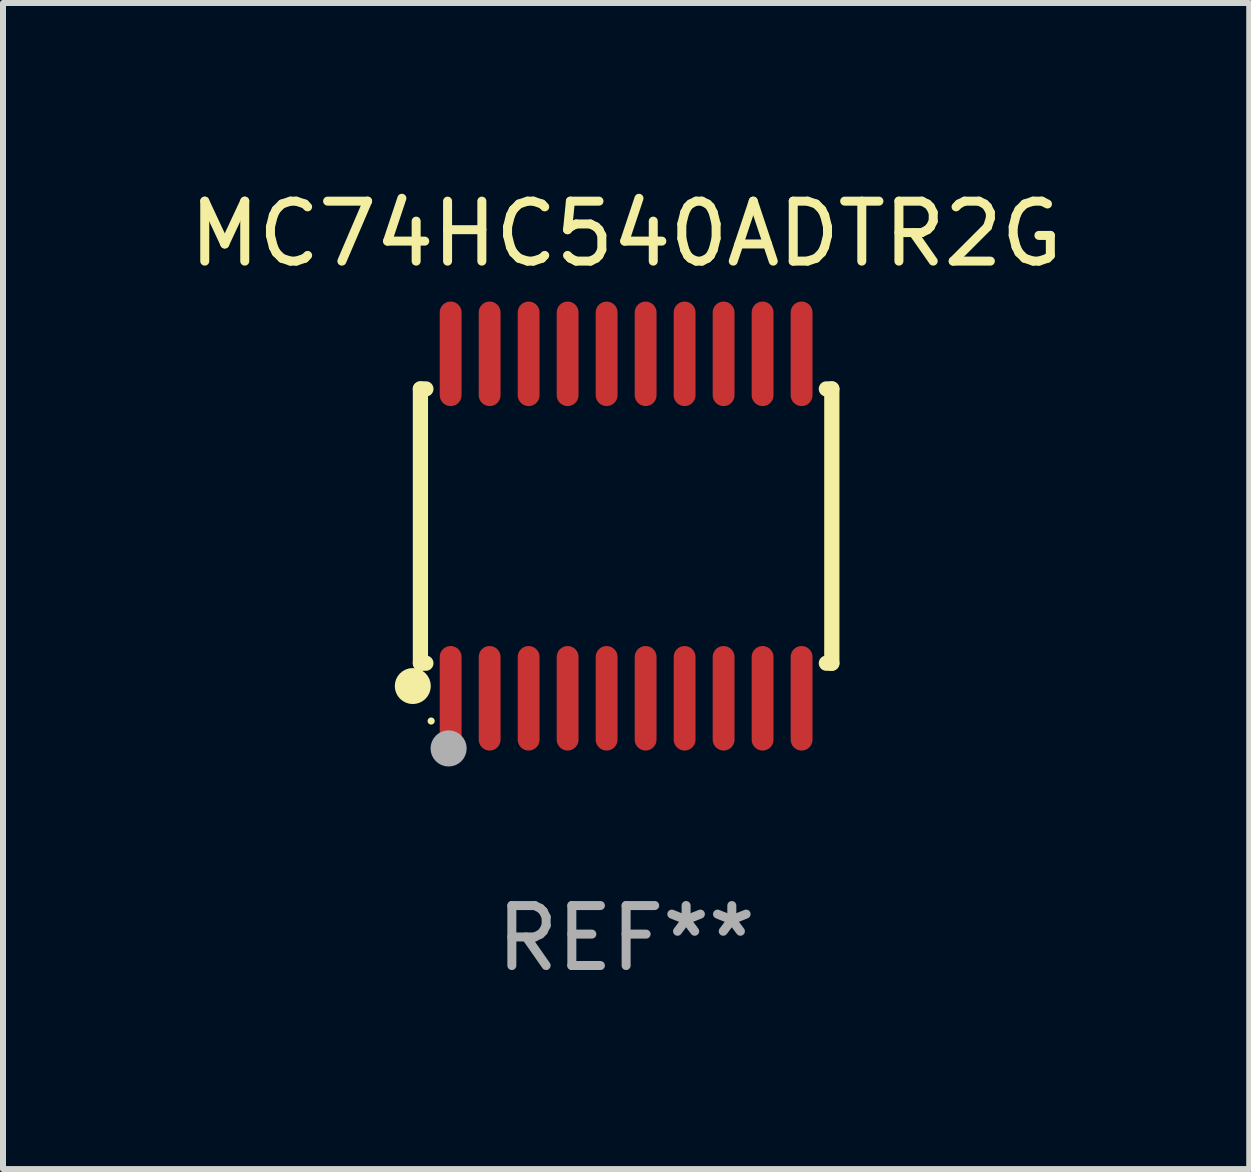
<source format=kicad_pcb>
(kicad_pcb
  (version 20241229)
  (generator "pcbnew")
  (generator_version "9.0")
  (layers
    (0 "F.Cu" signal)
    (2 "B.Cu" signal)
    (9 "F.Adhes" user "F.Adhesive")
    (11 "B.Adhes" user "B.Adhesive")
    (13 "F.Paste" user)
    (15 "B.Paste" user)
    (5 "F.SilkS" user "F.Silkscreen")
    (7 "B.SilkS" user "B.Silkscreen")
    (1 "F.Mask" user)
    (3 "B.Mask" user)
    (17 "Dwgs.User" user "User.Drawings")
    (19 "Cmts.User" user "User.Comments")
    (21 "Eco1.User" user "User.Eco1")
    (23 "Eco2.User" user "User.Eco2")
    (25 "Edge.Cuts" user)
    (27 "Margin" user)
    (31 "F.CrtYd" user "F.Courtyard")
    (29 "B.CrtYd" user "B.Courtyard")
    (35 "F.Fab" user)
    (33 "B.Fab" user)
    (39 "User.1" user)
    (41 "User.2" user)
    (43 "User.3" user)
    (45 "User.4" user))
  (footprint "MC74HC540ADTR2G"
    (layer "F.Cu")
    (at 7.387 5.719)
    (property "Reference" "MC74HC540ADTR2G" (at 0 -4.871 0) (layer "F.SilkS") (effects (font (size 1 1) (thickness 0.15))))
    (attr through_hole)
    (fp_line (start -3.429 -2.286) (end -3.429 2.286) (stroke (width 0.254) (type solid)) (layer "F.SilkS"))
    (fp_line (start -3.429 2.286) (end -3.338 2.286) (stroke (width 0.254) (type solid)) (layer "F.SilkS"))
    (fp_line (start -3.338 -2.286) (end -3.429 -2.286) (stroke (width 0.254) (type solid)) (layer "F.SilkS"))
    (fp_line (start 3.338 -2.286) (end 3.429 -2.286) (stroke (width 0.254) (type solid)) (layer "F.SilkS"))
    (fp_line (start 3.429 -2.286) (end 3.429 2.286) (stroke (width 0.254) (type solid)) (layer "F.SilkS"))
    (fp_line (start 3.429 2.286) (end 3.338 2.286) (stroke (width 0.254) (type solid)) (layer "F.SilkS"))
    (fp_circle (center -3.556 2.667) (end -3.406 2.667) (stroke (width 0.3) (type solid)) (fill no) (layer "F.SilkS"))
    (fp_circle (center -3.25 3.25) (end -3.22 3.25) (stroke (width 0.06) (type solid)) (fill no) (layer "F.SilkS"))
    (fp_circle (center -2.959 3.707) (end -2.808 3.707) (stroke (width 0.3) (type solid)) (fill no) (layer "F.Fab"))
    (fp_text user "REF**" (at 0 6.871 0) (layer "F.Fab") (effects (font (size 1 1) (thickness 0.15))))
    (pad "1" smd oval (at -2.925 2.871) (size 0.364 1.742) (layers "F.Cu" "F.Mask" "F.Paste"))
    (pad "2" smd oval (at -2.275 2.871) (size 0.364 1.742) (layers "F.Cu" "F.Mask" "F.Paste"))
    (pad "3" smd oval (at -1.625 2.871) (size 0.364 1.742) (layers "F.Cu" "F.Mask" "F.Paste"))
    (pad "4" smd oval (at -0.975 2.871) (size 0.364 1.742) (layers "F.Cu" "F.Mask" "F.Paste"))
    (pad "5" smd oval (at -0.325 2.871) (size 0.364 1.742) (layers "F.Cu" "F.Mask" "F.Paste"))
    (pad "6" smd oval (at 0.325 2.871) (size 0.364 1.742) (layers "F.Cu" "F.Mask" "F.Paste"))
    (pad "7" smd oval (at 0.975 2.871) (size 0.364 1.742) (layers "F.Cu" "F.Mask" "F.Paste"))
    (pad "8" smd oval (at 1.625 2.871) (size 0.364 1.742) (layers "F.Cu" "F.Mask" "F.Paste"))
    (pad "9" smd oval (at 2.275 2.871) (size 0.364 1.742) (layers "F.Cu" "F.Mask" "F.Paste"))
    (pad "10" smd oval (at 2.925 2.871) (size 0.364 1.742) (layers "F.Cu" "F.Mask" "F.Paste"))
    (pad "11" smd oval (at 2.925 -2.871) (size 0.364 1.742) (layers "F.Cu" "F.Mask" "F.Paste"))
    (pad "12" smd oval (at 2.275 -2.871) (size 0.364 1.742) (layers "F.Cu" "F.Mask" "F.Paste"))
    (pad "13" smd oval (at 1.625 -2.871) (size 0.364 1.742) (layers "F.Cu" "F.Mask" "F.Paste"))
    (pad "14" smd oval (at 0.975 -2.871) (size 0.364 1.742) (layers "F.Cu" "F.Mask" "F.Paste"))
    (pad "15" smd oval (at 0.325 -2.871) (size 0.364 1.742) (layers "F.Cu" "F.Mask" "F.Paste"))
    (pad "16" smd oval (at -0.325 -2.871) (size 0.364 1.742) (layers "F.Cu" "F.Mask" "F.Paste"))
    (pad "17" smd oval (at -0.975 -2.871) (size 0.364 1.742) (layers "F.Cu" "F.Mask" "F.Paste"))
    (pad "18" smd oval (at -1.625 -2.871) (size 0.364 1.742) (layers "F.Cu" "F.Mask" "F.Paste"))
    (pad "19" smd oval (at -2.275 -2.871) (size 0.364 1.742) (layers "F.Cu" "F.Mask" "F.Paste"))
    (pad "20" smd oval (at -2.925 -2.871) (size 0.364 1.742) (layers "F.Cu" "F.Mask" "F.Paste")))
  (gr_rect
    (start -3 -3)
    (end 17.774 16.438)
    (stroke (width 0.1) (type default))
    (fill no)
    (layer "Edge.Cuts")))
</source>
